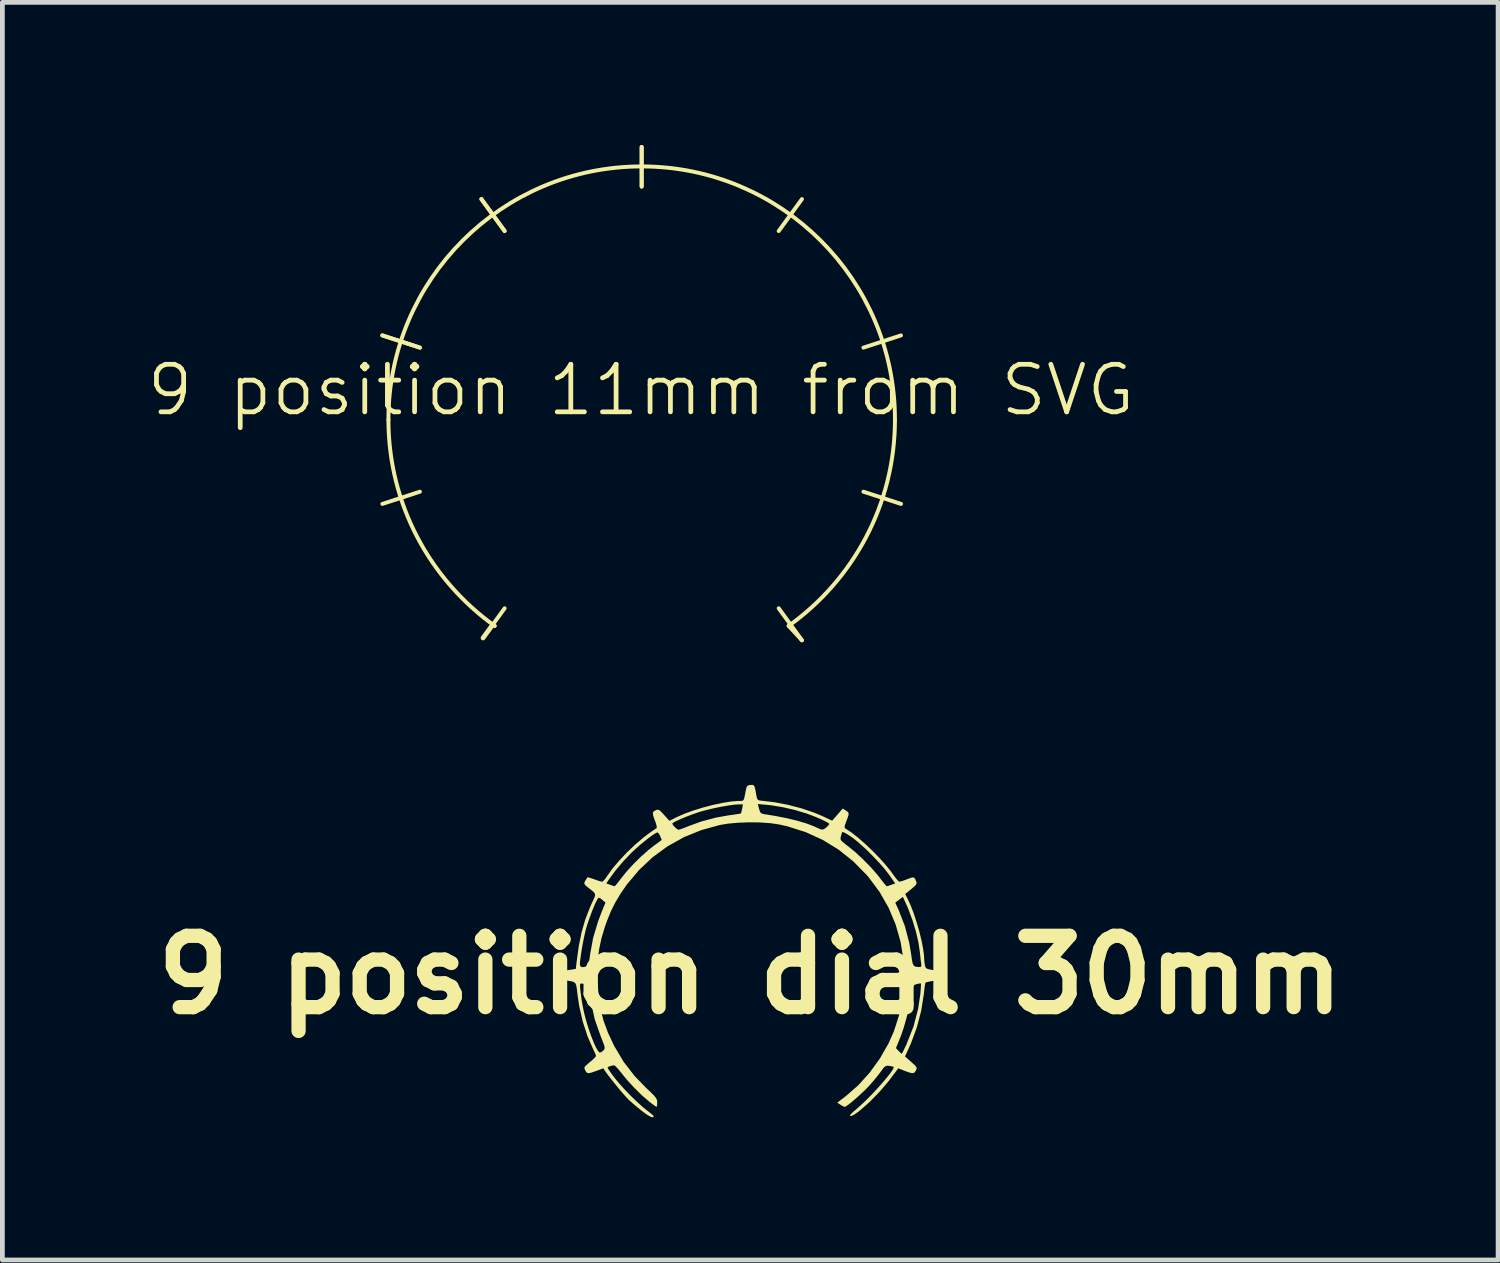
<source format=kicad_pcb>
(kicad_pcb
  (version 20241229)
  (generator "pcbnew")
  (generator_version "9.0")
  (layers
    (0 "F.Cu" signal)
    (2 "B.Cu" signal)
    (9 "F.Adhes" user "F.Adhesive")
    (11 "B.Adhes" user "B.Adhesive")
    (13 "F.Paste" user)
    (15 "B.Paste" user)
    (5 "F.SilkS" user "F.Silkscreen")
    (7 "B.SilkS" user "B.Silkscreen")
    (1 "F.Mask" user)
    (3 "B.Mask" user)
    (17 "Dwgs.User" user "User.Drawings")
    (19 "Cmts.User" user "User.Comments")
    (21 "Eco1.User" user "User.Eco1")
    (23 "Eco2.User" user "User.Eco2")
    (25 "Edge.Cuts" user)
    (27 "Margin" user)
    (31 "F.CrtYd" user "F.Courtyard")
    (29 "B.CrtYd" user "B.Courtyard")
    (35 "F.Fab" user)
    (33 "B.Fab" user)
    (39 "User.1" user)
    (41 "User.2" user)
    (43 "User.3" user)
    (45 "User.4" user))
  (footprint "9 position dial 30mm"
    (layer "F.Cu")
    (at 12.729 17.453)
    (property "Reference" "9 position dial 30mm" (at 0 0 0) (layer "F.SilkS") (effects (font (size 1.5 1.5) (thickness 0.3))))
    (attr board_only exclude_from_pos_files exclude_from_bom)
    (fp_poly (pts (xy 0.071 -3.987) (xy 0.09 -3.958) (xy 0.106 -3.899) (xy 0.123 -3.804) (xy 0.127 -3.78) (xy 0.141 -3.713) (xy 0.161 -3.68) (xy 0.201 -3.667) (xy 0.229 -3.664) (xy 0.51 -3.631) (xy 0.801 -3.575) (xy 1.086 -3.5) (xy 1.35 -3.41) (xy 1.516 -3.34) (xy 1.722 -3.243) (xy 1.834 -3.371) (xy 1.946 -3.499) (xy 2.01 -3.457) (xy 2.049 -3.43) (xy 2.067 -3.404) (xy 2.067 -3.366) (xy 2.049 -3.306) (xy 2.021 -3.233) (xy 1.993 -3.156) (xy 1.983 -3.112) (xy 1.989 -3.087) (xy 2.01 -3.072) (xy 2.126 -2.996) (xy 2.263 -2.889) (xy 2.411 -2.76) (xy 2.564 -2.616) (xy 2.71 -2.466) (xy 2.844 -2.318) (xy 2.955 -2.18) (xy 2.997 -2.121) (xy 3.052 -2.046) (xy 3.099 -1.989) (xy 3.131 -1.961) (xy 3.136 -1.96) (xy 3.174 -1.968) (xy 3.239 -1.989) (xy 3.288 -2.008) (xy 3.371 -2.039) (xy 3.421 -2.051) (xy 3.45 -2.043) (xy 3.47 -2.012) (xy 3.482 -1.984) (xy 3.495 -1.95) (xy 3.498 -1.923) (xy 3.484 -1.895) (xy 3.448 -1.858) (xy 3.385 -1.804) (xy 3.309 -1.742) (xy 3.258 -1.701) (xy 3.313 -1.593) (xy 3.376 -1.455) (xy 3.44 -1.287) (xy 3.5 -1.101) (xy 3.556 -0.909) (xy 3.602 -0.722) (xy 3.635 -0.553) (xy 3.654 -0.413) (xy 3.656 -0.376) (xy 3.661 -0.29) (xy 3.671 -0.211) (xy 3.674 -0.198) (xy 3.686 -0.159) (xy 3.708 -0.134) (xy 3.753 -0.118) (xy 3.833 -0.103) (xy 3.847 -0.101) (xy 4.005 -0.076) (xy 4.012 0.011) (xy 4.019 0.097) (xy 3.858 0.124) (xy 3.774 0.139) (xy 3.712 0.153) (xy 3.685 0.162) (xy 3.678 0.189) (xy 3.668 0.253) (xy 3.657 0.344) (xy 3.651 0.4) (xy 3.596 0.751) (xy 3.503 1.105) (xy 3.378 1.444) (xy 3.348 1.511) (xy 3.254 1.715) (xy 3.385 1.831) (xy 3.453 1.892) (xy 3.489 1.932) (xy 3.501 1.962) (xy 3.492 1.992) (xy 3.484 2.01) (xy 3.459 2.048) (xy 3.43 2.066) (xy 3.386 2.064) (xy 3.315 2.043) (xy 3.25 2.019) (xy 3.111 1.965) (xy 3.072 2.02) (xy 2.896 2.252) (xy 2.704 2.475) (xy 2.506 2.676) (xy 2.313 2.846) (xy 2.257 2.89) (xy 2.175 2.945) (xy 2.121 2.969) (xy 2.097 2.966) (xy 2.109 2.936) (xy 2.16 2.884) (xy 2.198 2.852) (xy 2.289 2.774) (xy 2.391 2.679) (xy 2.5 2.572) (xy 2.61 2.458) (xy 2.716 2.342) (xy 2.813 2.231) (xy 2.897 2.13) (xy 2.962 2.045) (xy 3.004 1.98) (xy 3.017 1.942) (xy 3.015 1.936) (xy 2.985 1.925) (xy 2.928 1.914) (xy 2.921 1.913) (xy 2.876 1.91) (xy 2.841 1.921) (xy 2.804 1.955) (xy 2.755 2.02) (xy 2.742 2.039) (xy 2.678 2.123) (xy 2.595 2.224) (xy 2.511 2.321) (xy 2.494 2.339) (xy 2.419 2.416) (xy 2.331 2.5) (xy 2.239 2.584) (xy 2.15 2.66) (xy 2.073 2.722) (xy 2.016 2.763) (xy 1.987 2.776) (xy 1.953 2.764) (xy 1.901 2.734) (xy 1.897 2.731) (xy 1.83 2.687) (xy 2.012 2.548) (xy 2.272 2.321) (xy 2.512 2.055) (xy 2.725 1.761) (xy 2.851 1.54) (xy 3.064 1.54) (xy 3.12 1.6) (xy 3.16 1.64) (xy 3.184 1.659) (xy 3.185 1.659) (xy 3.199 1.639) (xy 3.227 1.584) (xy 3.265 1.504) (xy 3.286 1.459) (xy 3.432 1.089) (xy 3.53 0.715) (xy 3.576 0.409) (xy 3.584 0.311) (xy 3.589 0.234) (xy 3.59 0.188) (xy 3.589 0.18) (xy 3.563 0.18) (xy 3.509 0.191) (xy 3.501 0.193) (xy 3.457 0.209) (xy 3.431 0.234) (xy 3.415 0.281) (xy 3.403 0.361) (xy 3.375 0.526) (xy 3.334 0.716) (xy 3.284 0.913) (xy 3.23 1.102) (xy 3.175 1.265) (xy 3.155 1.315) (xy 3.064 1.54) (xy 2.851 1.54) (xy 2.905 1.447) (xy 3.021 1.186) (xy 3.14 0.815) (xy 3.212 0.437) (xy 3.24 0.056) (xy 3.222 -0.323) (xy 3.161 -0.697) (xy 3.057 -1.06) (xy 2.911 -1.41) (xy 2.848 -1.519) (xy 3.05 -1.519) (xy 3.12 -1.365) (xy 3.252 -1.025) (xy 3.344 -0.673) (xy 3.388 -0.407) (xy 3.403 -0.299) (xy 3.419 -0.23) (xy 3.442 -0.191) (xy 3.479 -0.172) (xy 3.535 -0.166) (xy 3.551 -0.165) (xy 3.588 -0.169) (xy 3.599 -0.195) (xy 3.594 -0.241) (xy 3.585 -0.308) (xy 3.575 -0.401) (xy 3.567 -0.478) (xy 3.537 -0.682) (xy 3.484 -0.911) (xy 3.412 -1.149) (xy 3.326 -1.379) (xy 3.289 -1.466) (xy 3.21 -1.641) (xy 3.13 -1.58) (xy 3.05 -1.519) (xy 2.848 -1.519) (xy 2.722 -1.741) (xy 2.493 -2.049) (xy 2.451 -2.098) (xy 2.167 -2.387) (xy 1.858 -2.634) (xy 1.524 -2.839) (xy 1.445 -2.875) (xy 1.898 -2.875) (xy 1.901 -2.845) (xy 1.924 -2.813) (xy 1.972 -2.771) (xy 2.052 -2.709) (xy 2.058 -2.705) (xy 2.213 -2.578) (xy 2.378 -2.425) (xy 2.537 -2.262) (xy 2.676 -2.103) (xy 2.736 -2.026) (xy 2.793 -1.952) (xy 2.84 -1.895) (xy 2.868 -1.866) (xy 2.873 -1.864) (xy 2.904 -1.872) (xy 2.96 -1.892) (xy 2.968 -1.895) (xy 3.048 -1.924) (xy 2.921 -2.104) (xy 2.829 -2.224) (xy 2.71 -2.36) (xy 2.574 -2.503) (xy 2.433 -2.643) (xy 2.296 -2.767) (xy 2.175 -2.867) (xy 2.144 -2.889) (xy 2.045 -2.956) (xy 1.974 -2.995) (xy 1.935 -3.005) (xy 1.929 -2.997) (xy 1.923 -2.972) (xy 1.908 -2.919) (xy 1.906 -2.913) (xy 1.898 -2.875) (xy 1.445 -2.875) (xy 1.166 -3.002) (xy 0.783 -3.124) (xy 0.6 -3.165) (xy 0.418 -3.191) (xy 0.204 -3.206) (xy -0.025 -3.209) (xy -0.254 -3.2) (xy -0.468 -3.181) (xy -0.639 -3.153) (xy -1.029 -3.045) (xy -1.396 -2.896) (xy -1.738 -2.705) (xy -2.054 -2.474) (xy -2.34 -2.205) (xy -2.597 -1.898) (xy -2.723 -1.716) (xy -2.834 -1.531) (xy -2.927 -1.348) (xy -3.009 -1.147) (xy -3.061 -1) (xy -3.131 -0.765) (xy -3.179 -0.538) (xy -3.206 -0.306) (xy -3.214 -0.052) (xy -3.211 0.129) (xy -3.191 0.433) (xy -3.151 0.705) (xy -3.087 0.96) (xy -2.994 1.213) (xy -2.871 1.476) (xy -2.863 1.492) (xy -2.665 1.826) (xy -2.43 2.13) (xy -2.186 2.381) (xy -2.091 2.47) (xy -2.027 2.535) (xy -1.987 2.583) (xy -1.966 2.621) (xy -1.958 2.658) (xy -1.957 2.685) (xy -1.96 2.744) (xy -1.969 2.775) (xy -1.971 2.776) (xy -1.996 2.762) (xy -2.048 2.725) (xy -2.118 2.671) (xy -2.135 2.657) (xy -2.282 2.53) (xy -2.439 2.375) (xy -2.591 2.21) (xy -2.718 2.054) (xy -2.776 1.982) (xy -2.826 1.929) (xy -2.859 1.903) (xy -2.863 1.902) (xy -2.919 1.91) (xy -2.972 1.927) (xy -3 1.947) (xy -3.001 1.951) (xy -2.987 1.978) (xy -2.95 2.033) (xy -2.896 2.109) (xy -2.855 2.163) (xy -2.762 2.278) (xy -2.645 2.407) (xy -2.515 2.541) (xy -2.383 2.669) (xy -2.259 2.781) (xy -2.154 2.866) (xy -2.145 2.872) (xy -2.083 2.92) (xy -2.041 2.958) (xy -2.03 2.975) (xy -2.046 2.996) (xy -2.094 2.985) (xy -2.168 2.943) (xy -2.265 2.873) (xy -2.285 2.858) (xy -2.376 2.783) (xy -2.465 2.708) (xy -2.536 2.645) (xy -2.549 2.633) (xy -2.601 2.58) (xy -2.674 2.498) (xy -2.759 2.398) (xy -2.847 2.29) (xy -2.931 2.185) (xy -3.002 2.094) (xy -3.05 2.026) (xy -3.052 2.024) (xy -3.09 1.965) (xy -3.236 2.019) (xy -3.33 2.052) (xy -3.39 2.067) (xy -3.426 2.063) (xy -3.451 2.041) (xy -3.471 2.007) (xy -3.487 1.971) (xy -3.486 1.943) (xy -3.462 1.911) (xy -3.408 1.864) (xy -3.374 1.836) (xy -3.309 1.779) (xy -3.262 1.733) (xy -3.244 1.706) (xy -3.244 1.706) (xy -3.254 1.673) (xy -3.28 1.612) (xy -3.302 1.568) (xy -3.422 1.292) (xy -3.522 0.985) (xy -3.597 0.66) (xy -3.635 0.404) (xy -3.648 0.291) (xy -3.66 0.217) (xy -3.58 0.217) (xy -3.577 0.286) (xy -3.566 0.383) (xy -3.551 0.497) (xy -3.531 0.618) (xy -3.508 0.736) (xy -3.484 0.841) (xy -3.484 0.841) (xy -3.442 0.997) (xy -3.394 1.15) (xy -3.343 1.294) (xy -3.293 1.421) (xy -3.246 1.524) (xy -3.204 1.597) (xy -3.171 1.633) (xy -3.164 1.635) (xy -3.123 1.618) (xy -3.087 1.588) (xy -3.069 1.565) (xy -3.062 1.539) (xy -3.067 1.501) (xy -3.087 1.441) (xy -3.123 1.349) (xy -3.142 1.302) (xy -3.27 0.936) (xy -3.354 0.56) (xy -3.372 0.439) (xy -3.386 0.334) (xy -3.399 0.268) (xy -3.414 0.229) (xy -3.437 0.209) (xy -3.47 0.196) (xy -3.481 0.193) (xy -3.539 0.182) (xy -3.574 0.185) (xy -3.575 0.186) (xy -3.58 0.217) (xy -3.66 0.217) (xy -3.661 0.216) (xy -3.682 0.171) (xy -3.719 0.146) (xy -3.781 0.131) (xy -3.874 0.117) (xy -3.882 0.116) (xy -3.952 0.104) (xy -3.985 0.088) (xy -3.994 0.057) (xy -3.992 0.012) (xy -3.984 -0.076) (xy -3.827 -0.101) (xy -3.669 -0.126) (xy -3.657 -0.229) (xy -3.584 -0.229) (xy -3.574 -0.181) (xy -3.539 -0.162) (xy -3.471 -0.17) (xy -3.449 -0.176) (xy -3.425 -0.188) (xy -3.407 -0.215) (xy -3.393 -0.267) (xy -3.379 -0.352) (xy -3.369 -0.428) (xy -3.306 -0.772) (xy -3.203 -1.119) (xy -3.136 -1.297) (xy -3.045 -1.521) (xy -3.114 -1.579) (xy -3.16 -1.616) (xy -3.186 -1.622) (xy -3.208 -1.601) (xy -3.212 -1.595) (xy -3.243 -1.538) (xy -3.284 -1.447) (xy -3.33 -1.333) (xy -3.376 -1.208) (xy -3.419 -1.085) (xy -3.453 -0.975) (xy -3.462 -0.94) (xy -3.488 -0.827) (xy -3.515 -0.696) (xy -3.54 -0.559) (xy -3.561 -0.428) (xy -3.576 -0.317) (xy -3.583 -0.239) (xy -3.584 -0.229) (xy -3.657 -0.229) (xy -3.651 -0.283) (xy -3.606 -0.611) (xy -3.546 -0.902) (xy -3.469 -1.168) (xy -3.371 -1.421) (xy -3.34 -1.491) (xy -3.294 -1.588) (xy -3.268 -1.652) (xy -3.264 -1.697) (xy -3.285 -1.734) (xy -3.335 -1.778) (xy -3.416 -1.841) (xy -3.422 -1.846) (xy -3.469 -1.885) (xy -3.49 -1.917) (xy -3.489 -1.924) (xy -3.028 -1.924) (xy -2.948 -1.895) (xy -2.89 -1.875) (xy -2.856 -1.864) (xy -2.854 -1.864) (xy -2.834 -1.881) (xy -2.794 -1.929) (xy -2.741 -1.998) (xy -2.72 -2.026) (xy -2.601 -2.174) (xy -2.454 -2.334) (xy -2.294 -2.491) (xy -2.135 -2.632) (xy -2.037 -2.709) (xy -1.862 -2.838) (xy -1.892 -2.913) (xy -1.92 -2.967) (xy -1.947 -2.996) (xy -1.948 -2.996) (xy -1.98 -2.986) (xy -2.041 -2.949) (xy -2.123 -2.89) (xy -2.218 -2.816) (xy -2.32 -2.732) (xy -2.42 -2.643) (xy -2.499 -2.569) (xy -2.674 -2.386) (xy -2.839 -2.189) (xy -2.963 -2.02) (xy -3.028 -1.924) (xy -3.489 -1.924) (xy -3.485 -1.953) (xy -3.452 -2.009) (xy -3.423 -2.052) (xy -3.399 -2.049) (xy -3.343 -2.032) (xy -3.281 -2.01) (xy -3.203 -1.983) (xy -3.142 -1.964) (xy -3.115 -1.959) (xy -3.087 -1.978) (xy -3.045 -2.027) (xy -3.013 -2.074) (xy -2.902 -2.231) (xy -2.758 -2.401) (xy -2.593 -2.576) (xy -2.416 -2.744) (xy -2.238 -2.895) (xy -2.179 -2.94) (xy -2.097 -3) (xy -2.028 -3.048) (xy -1.983 -3.077) (xy -1.973 -3.083) (xy -1.965 -3.11) (xy -1.981 -3.177) (xy -1.983 -3.182) (xy -1.641 -3.182) (xy -1.624 -3.149) (xy -1.585 -3.105) (xy -1.54 -3.067) (xy -1.509 -3.052) (xy -1.475 -3.061) (xy -1.41 -3.084) (xy -1.326 -3.117) (xy -1.313 -3.123) (xy -1.027 -3.227) (xy -0.721 -3.308) (xy -0.455 -3.355) (xy -0.35 -3.37) (xy -0.265 -3.383) (xy -0.211 -3.392) (xy -0.196 -3.396) (xy -0.187 -3.423) (xy -0.174 -3.479) (xy -0.171 -3.495) (xy -0.154 -3.586) (xy -0.24 -3.586) (xy -0.335 -3.58) (xy -0.463 -3.562) (xy -0.612 -3.536) (xy -0.769 -3.504) (xy -0.92 -3.468) (xy -1.053 -3.432) (xy -1.1 -3.417) (xy -1.227 -3.372) (xy -1.351 -3.325) (xy -1.462 -3.279) (xy -1.553 -3.237) (xy -1.616 -3.204) (xy -1.641 -3.183) (xy -1.641 -3.182) (xy -1.983 -3.182) (xy -2 -3.232) (xy -2.035 -3.326) (xy -2.049 -3.386) (xy -2.044 -3.423) (xy -2.018 -3.447) (xy -1.99 -3.462) (xy -1.954 -3.474) (xy -1.923 -3.47) (xy -1.887 -3.443) (xy -1.833 -3.387) (xy -1.813 -3.365) (xy -1.701 -3.24) (xy -1.548 -3.317) (xy -1.392 -3.386) (xy -1.206 -3.454) (xy -1.003 -3.517) (xy -0.794 -3.572) (xy -0.698 -3.593) (xy 0.159 -3.593) (xy 0.185 -3.493) (xy 0.206 -3.427) (xy 0.236 -3.395) (xy 0.286 -3.382) (xy 0.538 -3.341) (xy 0.778 -3.293) (xy 0.997 -3.24) (xy 1.187 -3.183) (xy 1.342 -3.124) (xy 1.413 -3.09) (xy 1.488 -3.058) (xy 1.544 -3.061) (xy 1.601 -3.101) (xy 1.605 -3.105) (xy 1.644 -3.146) (xy 1.661 -3.174) (xy 1.661 -3.175) (xy 1.64 -3.196) (xy 1.581 -3.229) (xy 1.494 -3.271) (xy 1.387 -3.317) (xy 1.269 -3.363) (xy 1.176 -3.397) (xy 0.939 -3.468) (xy 0.687 -3.526) (xy 0.444 -3.566) (xy 0.346 -3.577) (xy 0.159 -3.593) (xy -0.698 -3.593) (xy -0.591 -3.616) (xy -0.406 -3.646) (xy -0.251 -3.659) (xy -0.231 -3.659) (xy -0.186 -3.659) (xy -0.156 -3.665) (xy -0.137 -3.687) (xy -0.123 -3.732) (xy -0.107 -3.811) (xy -0.095 -3.877) (xy -0.079 -3.945) (xy -0.057 -3.979) (xy -0.018 -3.992) (xy 0.003 -3.994) (xy 0.044 -3.996)) (stroke (width 0) (type solid)) (fill yes) (layer "F.SilkS")))
  (footprint "9 position 11mm from SVG"
    (layer "F.Cu")
    (at 10.431 5.654)
    (property "Reference" "9 position 11mm from SVG" (at 0 -0.5 0) (unlocked yes) (layer "F.SilkS") (effects (font (size 1 1) (thickness 0.1))))
    (attr smd)
    (fp_line (start -5.44 -1.65) (end -4.65 -1.393) (stroke (width 0.083) (type solid)) (layer "F.SilkS"))
    (fp_line (start -5.44 -1.65) (end -4.65 -1.393) (stroke (width 0.083) (type solid)) (layer "F.SilkS"))
    (fp_line (start -3.357 -4.517) (end -2.868 -3.845) (stroke (width 0.083) (type solid)) (layer "F.SilkS"))
    (fp_line (start -3.357 -4.517) (end -2.868 -3.845) (stroke (width 0.083) (type solid)) (layer "F.SilkS"))
    (fp_line (start -3.116 4.431) (end -3.322 4.713) (stroke (width 0.1) (type default)) (layer "F.SilkS"))
    (fp_line (start -3.116 4.431) (end -3.078 4.459) (stroke (width 0.083) (type solid)) (layer "F.SilkS"))
    (fp_line (start -3.116 4.431) (end -2.868 4.089) (stroke (width 0.083) (type solid)) (layer "F.SilkS"))
    (fp_line (start 0.014 -5.613) (end 0.014 -4.781) (stroke (width 0.083) (type solid)) (layer "F.SilkS"))
    (fp_line (start 0.014 -5.613) (end 0.014 -4.781) (stroke (width 0.083) (type solid)) (layer "F.SilkS"))
    (fp_line (start 3.105 4.459) (end 3.385 4.762) (stroke (width 0.083) (type default)) (layer "F.SilkS"))
    (fp_line (start 3.385 -4.517) (end 2.896 -3.845) (stroke (width 0.083) (type solid)) (layer "F.SilkS"))
    (fp_line (start 3.385 4.762) (end 2.896 4.089) (stroke (width 0.083) (type solid)) (layer "F.SilkS"))
    (fp_line (start 5.468 -1.65) (end 4.678 -1.393) (stroke (width 0.083) (type solid)) (layer "F.SilkS"))
    (fp_line (start 5.468 1.894) (end 4.678 1.637) (stroke (width 0.083) (type solid)) (layer "F.SilkS"))
    (fp_curve (pts (xy -5.44 1.894) (xy -5.177 1.809) (xy -4.913 1.723) (xy -4.65 1.637)) (stroke (width 0.083) (type solid)) (layer "F.SilkS"))
    (fp_curve (pts (xy -5.312 0.122) (xy -5.312 -2.818) (xy -2.926 -5.204) (xy 0.014 -5.204)) (stroke (width 0.083) (type solid)) (layer "F.SilkS"))
    (fp_curve (pts (xy -3.078 4.459) (xy -4.43 3.492) (xy -5.312 1.909) (xy -5.312 0.122)) (stroke (width 0.083) (type solid)) (layer "F.SilkS"))
    (fp_curve (pts (xy 0.014 -5.204) (xy 2.954 -5.204) (xy 5.341 -2.818) (xy 5.341 0.122)) (stroke (width 0.083) (type solid)) (layer "F.SilkS"))
    (fp_curve (pts (xy 5.341 0.122) (xy 5.341 1.91) (xy 4.458 3.493) (xy 3.105 4.459)) (stroke (width 0.083) (type solid)) (layer "F.SilkS")))
  (gr_rect
    (start -3 -3)
    (end 28.457 23.449)
    (stroke (width 0.1) (type default))
    (fill no)
    (layer "Edge.Cuts")))
</source>
